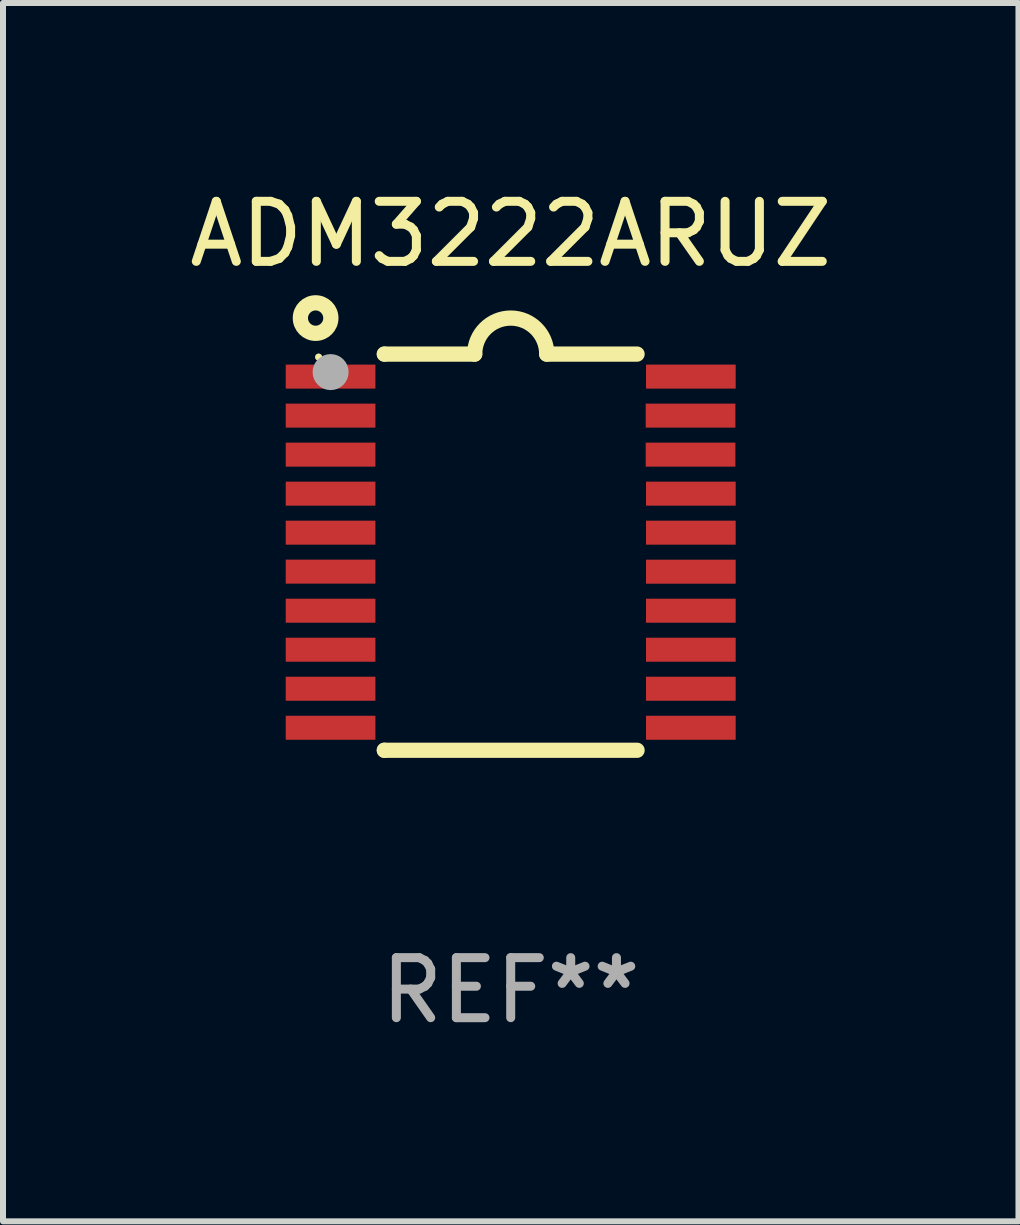
<source format=kicad_pcb>
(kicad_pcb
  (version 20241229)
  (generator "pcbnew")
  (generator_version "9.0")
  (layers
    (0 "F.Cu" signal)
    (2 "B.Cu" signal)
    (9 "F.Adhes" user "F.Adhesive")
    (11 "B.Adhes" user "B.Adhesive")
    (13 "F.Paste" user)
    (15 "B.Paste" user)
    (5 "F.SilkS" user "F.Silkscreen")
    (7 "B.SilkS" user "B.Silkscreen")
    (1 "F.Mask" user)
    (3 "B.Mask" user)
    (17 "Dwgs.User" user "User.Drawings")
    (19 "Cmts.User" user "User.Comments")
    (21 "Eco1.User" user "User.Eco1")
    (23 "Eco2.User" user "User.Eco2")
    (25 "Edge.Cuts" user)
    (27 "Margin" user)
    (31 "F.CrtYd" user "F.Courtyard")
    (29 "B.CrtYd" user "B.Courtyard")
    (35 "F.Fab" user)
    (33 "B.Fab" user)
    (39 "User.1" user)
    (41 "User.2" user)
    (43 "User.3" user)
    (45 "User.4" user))
  (footprint "ADM3222ARUZ"
    (layer "F.Cu")
    (at 5.458 6.149)
    (property "Reference" "ADM3222ARUZ" (at 0 -5.3 0) (layer "F.SilkS") (effects (font (size 1 1) (thickness 0.15))))
    (attr through_hole)
    (fp_line (start -2.105 -3.3) (end -2.105 -3.3) (stroke (width 0.254) (type solid)) (layer "F.SilkS"))
    (fp_line (start -2.105 -3.3) (end -0.6 -3.3) (stroke (width 0.254) (type solid)) (layer "F.SilkS"))
    (fp_line (start -2.105 3.3) (end -2.105 3.3) (stroke (width 0.254) (type solid)) (layer "F.SilkS"))
    (fp_line (start 0.6 -3.3) (end 2.105 -3.3) (stroke (width 0.254) (type solid)) (layer "F.SilkS"))
    (fp_line (start 2.105 3.3) (end -2.105 3.3) (stroke (width 0.254) (type solid)) (layer "F.SilkS"))
    (fp_arc (start -0.599924 -3.300026) (mid 0.000114 -3.897415) (end 0.600152 -3.300025) (stroke (width 0.254001) (type solid)) (layer "F.SilkS"))
    (fp_circle (center -3.25 -3.9) (end -2.996 -3.9) (stroke (width 0.254) (type solid)) (fill no) (layer "F.SilkS"))
    (fp_circle (center -3.2 -3.25) (end -3.17 -3.25) (stroke (width 0.06) (type solid)) (fill no) (layer "F.SilkS"))
    (fp_circle (center -3 -3) (end -2.85 -3) (stroke (width 0.3) (type solid)) (fill no) (layer "F.Fab"))
    (fp_text user "REF**" (at 0 7.3 0) (layer "F.Fab") (effects (font (size 1 1) (thickness 0.15))))
    (pad "1" smd rect (at -3.001 -2.925 270) (size 0.4 1.494) (layers "F.Cu" "F.Mask" "F.Paste"))
    (pad "2" smd rect (at -3.001 -2.275 270) (size 0.4 1.494) (layers "F.Cu" "F.Mask" "F.Paste"))
    (pad "3" smd rect (at -3.001 -1.625 270) (size 0.4 1.494) (layers "F.Cu" "F.Mask" "F.Paste"))
    (pad "4" smd rect (at -3.001 -0.975 270) (size 0.4 1.494) (layers "F.Cu" "F.Mask" "F.Paste"))
    (pad "5" smd rect (at -3.001 -0.325 270) (size 0.4 1.494) (layers "F.Cu" "F.Mask" "F.Paste"))
    (pad "6" smd rect (at -3.001 0.324 270) (size 0.4 1.494) (layers "F.Cu" "F.Mask" "F.Paste"))
    (pad "7" smd rect (at -3.001 0.975 270) (size 0.4 1.494) (layers "F.Cu" "F.Mask" "F.Paste"))
    (pad "8" smd rect (at -3.001 1.625 270) (size 0.4 1.494) (layers "F.Cu" "F.Mask" "F.Paste"))
    (pad "9" smd rect (at -3.001 2.275 270) (size 0.4 1.494) (layers "F.Cu" "F.Mask" "F.Paste"))
    (pad "10" smd rect (at -3.001 2.925 270) (size 0.4 1.494) (layers "F.Cu" "F.Mask" "F.Paste"))
    (pad "11" smd rect (at 3.001 2.925 270) (size 0.4 1.494) (layers "F.Cu" "F.Mask" "F.Paste"))
    (pad "12" smd rect (at 3.001 2.275 270) (size 0.4 1.494) (layers "F.Cu" "F.Mask" "F.Paste"))
    (pad "13" smd rect (at 3.001 1.625 270) (size 0.4 1.494) (layers "F.Cu" "F.Mask" "F.Paste"))
    (pad "14" smd rect (at 3.001 0.975 270) (size 0.4 1.494) (layers "F.Cu" "F.Mask" "F.Paste"))
    (pad "15" smd rect (at 3.001 0.325 270) (size 0.4 1.494) (layers "F.Cu" "F.Mask" "F.Paste"))
    (pad "16" smd rect (at 3.001 -0.325 270) (size 0.4 1.494) (layers "F.Cu" "F.Mask" "F.Paste"))
    (pad "17" smd rect (at 3.001 -0.975 270) (size 0.4 1.494) (layers "F.Cu" "F.Mask" "F.Paste"))
    (pad "18" smd rect (at 2.996 -1.625 270) (size 0.4 1.494) (layers "F.Cu" "F.Mask" "F.Paste"))
    (pad "19" smd rect (at 2.996 -2.275 270) (size 0.4 1.494) (layers "F.Cu" "F.Mask" "F.Paste"))
    (pad "20" smd rect (at 3.001 -2.925 270) (size 0.4 1.494) (layers "F.Cu" "F.Mask" "F.Paste")))
  (gr_rect
    (start -3 -3)
    (end 13.917 17.297)
    (stroke (width 0.1) (type default))
    (fill no)
    (layer "Edge.Cuts")))
</source>
